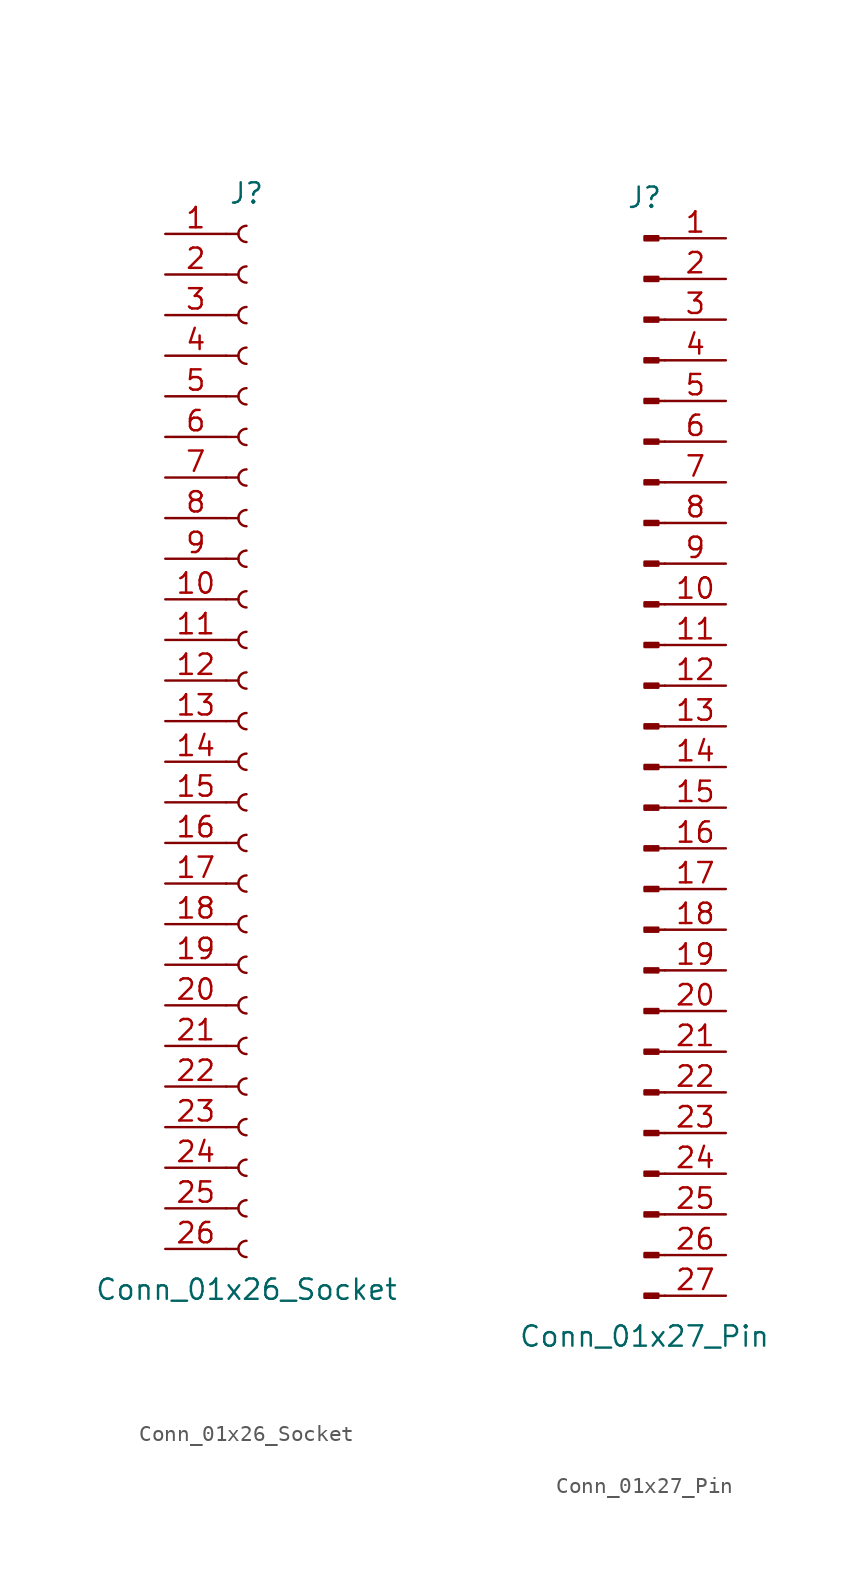
<source format=kicad_sym>
(kicad_symbol_lib
  (version 20241209)
  (generator "kicad_symbol_editor")
  (generator_version "9.0")
  (symbol "Conn_01x26_Socket"
    (pin_names
      (offset 1.016)
      (hide yes))
    (property "Reference" "J"
      (at 0 33.02 0)
      (effects (font (size 1.27 1.27))))
    (property "Value" "Conn_01x26_Socket"
      (at 0 -35.56 0)
      (effects (font (size 1.27 1.27))))
    (property "ki_locked" ""
      (at 0 0 0)
      (effects (font (size 1.27 1.27))))
    (symbol "Conn_01x26_Socket_1_1"
      (polyline (pts (xy -1.27 30.48) (xy -0.508 30.48)) (stroke (width 0.152) (type default)) (fill (type none)))
      (polyline (pts (xy -1.27 27.94) (xy -0.508 27.94)) (stroke (width 0.152) (type default)) (fill (type none)))
      (polyline (pts (xy -1.27 25.4) (xy -0.508 25.4)) (stroke (width 0.152) (type default)) (fill (type none)))
      (polyline (pts (xy -1.27 22.86) (xy -0.508 22.86)) (stroke (width 0.152) (type default)) (fill (type none)))
      (polyline (pts (xy -1.27 20.32) (xy -0.508 20.32)) (stroke (width 0.152) (type default)) (fill (type none)))
      (polyline (pts (xy -1.27 17.78) (xy -0.508 17.78)) (stroke (width 0.152) (type default)) (fill (type none)))
      (polyline (pts (xy -1.27 15.24) (xy -0.508 15.24)) (stroke (width 0.152) (type default)) (fill (type none)))
      (polyline (pts (xy -1.27 12.7) (xy -0.508 12.7)) (stroke (width 0.152) (type default)) (fill (type none)))
      (polyline (pts (xy -1.27 10.16) (xy -0.508 10.16)) (stroke (width 0.152) (type default)) (fill (type none)))
      (polyline (pts (xy -1.27 7.62) (xy -0.508 7.62)) (stroke (width 0.152) (type default)) (fill (type none)))
      (polyline (pts (xy -1.27 5.08) (xy -0.508 5.08)) (stroke (width 0.152) (type default)) (fill (type none)))
      (polyline (pts (xy -1.27 2.54) (xy -0.508 2.54)) (stroke (width 0.152) (type default)) (fill (type none)))
      (polyline (pts (xy -1.27 0) (xy -0.508 0)) (stroke (width 0.152) (type default)) (fill (type none)))
      (polyline (pts (xy -1.27 -2.54) (xy -0.508 -2.54)) (stroke (width 0.152) (type default)) (fill (type none)))
      (polyline (pts (xy -1.27 -5.08) (xy -0.508 -5.08)) (stroke (width 0.152) (type default)) (fill (type none)))
      (polyline (pts (xy -1.27 -7.62) (xy -0.508 -7.62)) (stroke (width 0.152) (type default)) (fill (type none)))
      (polyline (pts (xy -1.27 -10.16) (xy -0.508 -10.16)) (stroke (width 0.152) (type default)) (fill (type none)))
      (polyline (pts (xy -1.27 -12.7) (xy -0.508 -12.7)) (stroke (width 0.152) (type default)) (fill (type none)))
      (polyline (pts (xy -1.27 -15.24) (xy -0.508 -15.24)) (stroke (width 0.152) (type default)) (fill (type none)))
      (polyline (pts (xy -1.27 -17.78) (xy -0.508 -17.78)) (stroke (width 0.152) (type default)) (fill (type none)))
      (polyline (pts (xy -1.27 -20.32) (xy -0.508 -20.32)) (stroke (width 0.152) (type default)) (fill (type none)))
      (polyline (pts (xy -1.27 -22.86) (xy -0.508 -22.86)) (stroke (width 0.152) (type default)) (fill (type none)))
      (polyline (pts (xy -1.27 -25.4) (xy -0.508 -25.4)) (stroke (width 0.152) (type default)) (fill (type none)))
      (polyline (pts (xy -1.27 -27.94) (xy -0.508 -27.94)) (stroke (width 0.152) (type default)) (fill (type none)))
      (polyline (pts (xy -1.27 -30.48) (xy -0.508 -30.48)) (stroke (width 0.152) (type default)) (fill (type none)))
      (polyline (pts (xy -1.27 -33.02) (xy -0.508 -33.02)) (stroke (width 0.152) (type default)) (fill (type none)))
      (arc (start 0 29.972) (mid -0.5058 30.48) (end 0 30.988) (stroke (width 0.1524) (type default)) (fill (type none)))
      (arc (start 0 27.432) (mid -0.5058 27.94) (end 0 28.448) (stroke (width 0.1524) (type default)) (fill (type none)))
      (arc (start 0 24.892) (mid -0.5058 25.4) (end 0 25.908) (stroke (width 0.1524) (type default)) (fill (type none)))
      (arc (start 0 22.352) (mid -0.5058 22.86) (end 0 23.368) (stroke (width 0.1524) (type default)) (fill (type none)))
      (arc (start 0 19.812) (mid -0.5058 20.32) (end 0 20.828) (stroke (width 0.1524) (type default)) (fill (type none)))
      (arc (start 0 17.272) (mid -0.5058 17.78) (end 0 18.288) (stroke (width 0.1524) (type default)) (fill (type none)))
      (arc (start 0 14.732) (mid -0.5058 15.24) (end 0 15.748) (stroke (width 0.1524) (type default)) (fill (type none)))
      (arc (start 0 12.192) (mid -0.5058 12.7) (end 0 13.208) (stroke (width 0.1524) (type default)) (fill (type none)))
      (arc (start 0 9.652) (mid -0.5058 10.16) (end 0 10.668) (stroke (width 0.1524) (type default)) (fill (type none)))
      (arc (start 0 7.112) (mid -0.5058 7.62) (end 0 8.128) (stroke (width 0.1524) (type default)) (fill (type none)))
      (arc (start 0 4.572) (mid -0.5058 5.08) (end 0 5.588) (stroke (width 0.1524) (type default)) (fill (type none)))
      (arc (start 0 2.032) (mid -0.5058 2.54) (end 0 3.048) (stroke (width 0.1524) (type default)) (fill (type none)))
      (arc (start 0 -0.508) (mid -0.5058 0) (end 0 0.508) (stroke (width 0.1524) (type default)) (fill (type none)))
      (arc (start 0 -3.048) (mid -0.5058 -2.54) (end 0 -2.032) (stroke (width 0.1524) (type default)) (fill (type none)))
      (arc (start 0 -5.588) (mid -0.5058 -5.08) (end 0 -4.572) (stroke (width 0.1524) (type default)) (fill (type none)))
      (arc (start 0 -8.128) (mid -0.5058 -7.62) (end 0 -7.112) (stroke (width 0.1524) (type default)) (fill (type none)))
      (arc (start 0 -10.668) (mid -0.5058 -10.16) (end 0 -9.652) (stroke (width 0.1524) (type default)) (fill (type none)))
      (arc (start 0 -13.208) (mid -0.5058 -12.7) (end 0 -12.192) (stroke (width 0.1524) (type default)) (fill (type none)))
      (arc (start 0 -15.748) (mid -0.5058 -15.24) (end 0 -14.732) (stroke (width 0.1524) (type default)) (fill (type none)))
      (arc (start 0 -18.288) (mid -0.5058 -17.78) (end 0 -17.272) (stroke (width 0.1524) (type default)) (fill (type none)))
      (arc (start 0 -20.828) (mid -0.5058 -20.32) (end 0 -19.812) (stroke (width 0.1524) (type default)) (fill (type none)))
      (arc (start 0 -23.368) (mid -0.5058 -22.86) (end 0 -22.352) (stroke (width 0.1524) (type default)) (fill (type none)))
      (arc (start 0 -25.908) (mid -0.5058 -25.4) (end 0 -24.892) (stroke (width 0.1524) (type default)) (fill (type none)))
      (arc (start 0 -28.448) (mid -0.5058 -27.94) (end 0 -27.432) (stroke (width 0.1524) (type default)) (fill (type none)))
      (arc (start 0 -30.988) (mid -0.5058 -30.48) (end 0 -29.972) (stroke (width 0.1524) (type default)) (fill (type none)))
      (arc (start 0 -33.528) (mid -0.5058 -33.02) (end 0 -32.512) (stroke (width 0.1524) (type default)) (fill (type none)))
      (pin passive line (at -5.08 30.48 0) (length 3.81) (name "Pin_1" (effects (font (size 1.27 1.27)))) (number "1" (effects (font (size 1.27 1.27)))))
      (pin passive line (at -5.08 27.94 0) (length 3.81) (name "Pin_2" (effects (font (size 1.27 1.27)))) (number "2" (effects (font (size 1.27 1.27)))))
      (pin passive line (at -5.08 25.4 0) (length 3.81) (name "Pin_3" (effects (font (size 1.27 1.27)))) (number "3" (effects (font (size 1.27 1.27)))))
      (pin passive line (at -5.08 22.86 0) (length 3.81) (name "Pin_4" (effects (font (size 1.27 1.27)))) (number "4" (effects (font (size 1.27 1.27)))))
      (pin passive line (at -5.08 20.32 0) (length 3.81) (name "Pin_5" (effects (font (size 1.27 1.27)))) (number "5" (effects (font (size 1.27 1.27)))))
      (pin passive line (at -5.08 17.78 0) (length 3.81) (name "Pin_6" (effects (font (size 1.27 1.27)))) (number "6" (effects (font (size 1.27 1.27)))))
      (pin passive line (at -5.08 15.24 0) (length 3.81) (name "Pin_7" (effects (font (size 1.27 1.27)))) (number "7" (effects (font (size 1.27 1.27)))))
      (pin passive line (at -5.08 12.7 0) (length 3.81) (name "Pin_8" (effects (font (size 1.27 1.27)))) (number "8" (effects (font (size 1.27 1.27)))))
      (pin passive line (at -5.08 10.16 0) (length 3.81) (name "Pin_9" (effects (font (size 1.27 1.27)))) (number "9" (effects (font (size 1.27 1.27)))))
      (pin passive line (at -5.08 7.62 0) (length 3.81) (name "Pin_10" (effects (font (size 1.27 1.27)))) (number "10" (effects (font (size 1.27 1.27)))))
      (pin passive line (at -5.08 5.08 0) (length 3.81) (name "Pin_11" (effects (font (size 1.27 1.27)))) (number "11" (effects (font (size 1.27 1.27)))))
      (pin passive line (at -5.08 2.54 0) (length 3.81) (name "Pin_12" (effects (font (size 1.27 1.27)))) (number "12" (effects (font (size 1.27 1.27)))))
      (pin passive line (at -5.08 0 0) (length 3.81) (name "Pin_13" (effects (font (size 1.27 1.27)))) (number "13" (effects (font (size 1.27 1.27)))))
      (pin passive line (at -5.08 -2.54 0) (length 3.81) (name "Pin_14" (effects (font (size 1.27 1.27)))) (number "14" (effects (font (size 1.27 1.27)))))
      (pin passive line (at -5.08 -5.08 0) (length 3.81) (name "Pin_15" (effects (font (size 1.27 1.27)))) (number "15" (effects (font (size 1.27 1.27)))))
      (pin passive line (at -5.08 -7.62 0) (length 3.81) (name "Pin_16" (effects (font (size 1.27 1.27)))) (number "16" (effects (font (size 1.27 1.27)))))
      (pin passive line (at -5.08 -10.16 0) (length 3.81) (name "Pin_17" (effects (font (size 1.27 1.27)))) (number "17" (effects (font (size 1.27 1.27)))))
      (pin passive line (at -5.08 -12.7 0) (length 3.81) (name "Pin_18" (effects (font (size 1.27 1.27)))) (number "18" (effects (font (size 1.27 1.27)))))
      (pin passive line (at -5.08 -15.24 0) (length 3.81) (name "Pin_19" (effects (font (size 1.27 1.27)))) (number "19" (effects (font (size 1.27 1.27)))))
      (pin passive line (at -5.08 -17.78 0) (length 3.81) (name "Pin_20" (effects (font (size 1.27 1.27)))) (number "20" (effects (font (size 1.27 1.27)))))
      (pin passive line (at -5.08 -20.32 0) (length 3.81) (name "Pin_21" (effects (font (size 1.27 1.27)))) (number "21" (effects (font (size 1.27 1.27)))))
      (pin passive line (at -5.08 -22.86 0) (length 3.81) (name "Pin_22" (effects (font (size 1.27 1.27)))) (number "22" (effects (font (size 1.27 1.27)))))
      (pin passive line (at -5.08 -25.4 0) (length 3.81) (name "Pin_23" (effects (font (size 1.27 1.27)))) (number "23" (effects (font (size 1.27 1.27)))))
      (pin passive line (at -5.08 -27.94 0) (length 3.81) (name "Pin_24" (effects (font (size 1.27 1.27)))) (number "24" (effects (font (size 1.27 1.27)))))
      (pin passive line (at -5.08 -30.48 0) (length 3.81) (name "Pin_25" (effects (font (size 1.27 1.27)))) (number "25" (effects (font (size 1.27 1.27)))))
      (pin passive line (at -5.08 -33.02 0) (length 3.81) (name "Pin_26" (effects (font (size 1.27 1.27)))) (number "26" (effects (font (size 1.27 1.27)))))))
  (symbol "Conn_01x27_Pin"
    (pin_names
      (offset 1.016)
      (hide yes))
    (property "Reference" "J"
      (at 0 35.56 0)
      (effects (font (size 1.27 1.27))))
    (property "Value" "Conn_01x27_Pin"
      (at 0 -35.56 0)
      (effects (font (size 1.27 1.27))))
    (property "ki_locked" ""
      (at 0 0 0)
      (effects (font (size 1.27 1.27))))
    (symbol "Conn_01x27_Pin_1_1"
      (rectangle (start 0.864 33.147) (end 0 32.893) (stroke (width 0.152) (type default)) (fill (type outline)))
      (rectangle (start 0.864 30.607) (end 0 30.353) (stroke (width 0.152) (type default)) (fill (type outline)))
      (rectangle (start 0.864 28.067) (end 0 27.813) (stroke (width 0.152) (type default)) (fill (type outline)))
      (rectangle (start 0.864 25.527) (end 0 25.273) (stroke (width 0.152) (type default)) (fill (type outline)))
      (rectangle (start 0.864 22.987) (end 0 22.733) (stroke (width 0.152) (type default)) (fill (type outline)))
      (rectangle (start 0.864 20.447) (end 0 20.193) (stroke (width 0.152) (type default)) (fill (type outline)))
      (rectangle (start 0.864 17.907) (end 0 17.653) (stroke (width 0.152) (type default)) (fill (type outline)))
      (rectangle (start 0.864 15.367) (end 0 15.113) (stroke (width 0.152) (type default)) (fill (type outline)))
      (rectangle (start 0.864 12.827) (end 0 12.573) (stroke (width 0.152) (type default)) (fill (type outline)))
      (rectangle (start 0.864 10.287) (end 0 10.033) (stroke (width 0.152) (type default)) (fill (type outline)))
      (rectangle (start 0.864 7.747) (end 0 7.493) (stroke (width 0.152) (type default)) (fill (type outline)))
      (rectangle (start 0.864 5.207) (end 0 4.953) (stroke (width 0.152) (type default)) (fill (type outline)))
      (rectangle (start 0.864 2.667) (end 0 2.413) (stroke (width 0.152) (type default)) (fill (type outline)))
      (rectangle (start 0.864 0.127) (end 0 -0.127) (stroke (width 0.152) (type default)) (fill (type outline)))
      (rectangle (start 0.864 -2.413) (end 0 -2.667) (stroke (width 0.152) (type default)) (fill (type outline)))
      (rectangle (start 0.864 -4.953) (end 0 -5.207) (stroke (width 0.152) (type default)) (fill (type outline)))
      (rectangle (start 0.864 -7.493) (end 0 -7.747) (stroke (width 0.152) (type default)) (fill (type outline)))
      (rectangle (start 0.864 -10.033) (end 0 -10.287) (stroke (width 0.152) (type default)) (fill (type outline)))
      (rectangle (start 0.864 -12.573) (end 0 -12.827) (stroke (width 0.152) (type default)) (fill (type outline)))
      (rectangle (start 0.864 -15.113) (end 0 -15.367) (stroke (width 0.152) (type default)) (fill (type outline)))
      (rectangle (start 0.864 -17.653) (end 0 -17.907) (stroke (width 0.152) (type default)) (fill (type outline)))
      (rectangle (start 0.864 -20.193) (end 0 -20.447) (stroke (width 0.152) (type default)) (fill (type outline)))
      (rectangle (start 0.864 -22.733) (end 0 -22.987) (stroke (width 0.152) (type default)) (fill (type outline)))
      (rectangle (start 0.864 -25.273) (end 0 -25.527) (stroke (width 0.152) (type default)) (fill (type outline)))
      (rectangle (start 0.864 -27.813) (end 0 -28.067) (stroke (width 0.152) (type default)) (fill (type outline)))
      (rectangle (start 0.864 -30.353) (end 0 -30.607) (stroke (width 0.152) (type default)) (fill (type outline)))
      (rectangle (start 0.864 -32.893) (end 0 -33.147) (stroke (width 0.152) (type default)) (fill (type outline)))
      (polyline (pts (xy 1.27 33.02) (xy 0.864 33.02)) (stroke (width 0.152) (type default)) (fill (type none)))
      (polyline (pts (xy 1.27 30.48) (xy 0.864 30.48)) (stroke (width 0.152) (type default)) (fill (type none)))
      (polyline (pts (xy 1.27 27.94) (xy 0.864 27.94)) (stroke (width 0.152) (type default)) (fill (type none)))
      (polyline (pts (xy 1.27 25.4) (xy 0.864 25.4)) (stroke (width 0.152) (type default)) (fill (type none)))
      (polyline (pts (xy 1.27 22.86) (xy 0.864 22.86)) (stroke (width 0.152) (type default)) (fill (type none)))
      (polyline (pts (xy 1.27 20.32) (xy 0.864 20.32)) (stroke (width 0.152) (type default)) (fill (type none)))
      (polyline (pts (xy 1.27 17.78) (xy 0.864 17.78)) (stroke (width 0.152) (type default)) (fill (type none)))
      (polyline (pts (xy 1.27 15.24) (xy 0.864 15.24)) (stroke (width 0.152) (type default)) (fill (type none)))
      (polyline (pts (xy 1.27 12.7) (xy 0.864 12.7)) (stroke (width 0.152) (type default)) (fill (type none)))
      (polyline (pts (xy 1.27 10.16) (xy 0.864 10.16)) (stroke (width 0.152) (type default)) (fill (type none)))
      (polyline (pts (xy 1.27 7.62) (xy 0.864 7.62)) (stroke (width 0.152) (type default)) (fill (type none)))
      (polyline (pts (xy 1.27 5.08) (xy 0.864 5.08)) (stroke (width 0.152) (type default)) (fill (type none)))
      (polyline (pts (xy 1.27 2.54) (xy 0.864 2.54)) (stroke (width 0.152) (type default)) (fill (type none)))
      (polyline (pts (xy 1.27 0) (xy 0.864 0)) (stroke (width 0.152) (type default)) (fill (type none)))
      (polyline (pts (xy 1.27 -2.54) (xy 0.864 -2.54)) (stroke (width 0.152) (type default)) (fill (type none)))
      (polyline (pts (xy 1.27 -5.08) (xy 0.864 -5.08)) (stroke (width 0.152) (type default)) (fill (type none)))
      (polyline (pts (xy 1.27 -7.62) (xy 0.864 -7.62)) (stroke (width 0.152) (type default)) (fill (type none)))
      (polyline (pts (xy 1.27 -10.16) (xy 0.864 -10.16)) (stroke (width 0.152) (type default)) (fill (type none)))
      (polyline (pts (xy 1.27 -12.7) (xy 0.864 -12.7)) (stroke (width 0.152) (type default)) (fill (type none)))
      (polyline (pts (xy 1.27 -15.24) (xy 0.864 -15.24)) (stroke (width 0.152) (type default)) (fill (type none)))
      (polyline (pts (xy 1.27 -17.78) (xy 0.864 -17.78)) (stroke (width 0.152) (type default)) (fill (type none)))
      (polyline (pts (xy 1.27 -20.32) (xy 0.864 -20.32)) (stroke (width 0.152) (type default)) (fill (type none)))
      (polyline (pts (xy 1.27 -22.86) (xy 0.864 -22.86)) (stroke (width 0.152) (type default)) (fill (type none)))
      (polyline (pts (xy 1.27 -25.4) (xy 0.864 -25.4)) (stroke (width 0.152) (type default)) (fill (type none)))
      (polyline (pts (xy 1.27 -27.94) (xy 0.864 -27.94)) (stroke (width 0.152) (type default)) (fill (type none)))
      (polyline (pts (xy 1.27 -30.48) (xy 0.864 -30.48)) (stroke (width 0.152) (type default)) (fill (type none)))
      (polyline (pts (xy 1.27 -33.02) (xy 0.864 -33.02)) (stroke (width 0.152) (type default)) (fill (type none)))
      (pin passive line (at 5.08 33.02 180) (length 3.81) (name "Pin_1" (effects (font (size 1.27 1.27)))) (number "1" (effects (font (size 1.27 1.27)))))
      (pin passive line (at 5.08 30.48 180) (length 3.81) (name "Pin_2" (effects (font (size 1.27 1.27)))) (number "2" (effects (font (size 1.27 1.27)))))
      (pin passive line (at 5.08 27.94 180) (length 3.81) (name "Pin_3" (effects (font (size 1.27 1.27)))) (number "3" (effects (font (size 1.27 1.27)))))
      (pin passive line (at 5.08 25.4 180) (length 3.81) (name "Pin_4" (effects (font (size 1.27 1.27)))) (number "4" (effects (font (size 1.27 1.27)))))
      (pin passive line (at 5.08 22.86 180) (length 3.81) (name "Pin_5" (effects (font (size 1.27 1.27)))) (number "5" (effects (font (size 1.27 1.27)))))
      (pin passive line (at 5.08 20.32 180) (length 3.81) (name "Pin_6" (effects (font (size 1.27 1.27)))) (number "6" (effects (font (size 1.27 1.27)))))
      (pin passive line (at 5.08 17.78 180) (length 3.81) (name "Pin_7" (effects (font (size 1.27 1.27)))) (number "7" (effects (font (size 1.27 1.27)))))
      (pin passive line (at 5.08 15.24 180) (length 3.81) (name "Pin_8" (effects (font (size 1.27 1.27)))) (number "8" (effects (font (size 1.27 1.27)))))
      (pin passive line (at 5.08 12.7 180) (length 3.81) (name "Pin_9" (effects (font (size 1.27 1.27)))) (number "9" (effects (font (size 1.27 1.27)))))
      (pin passive line (at 5.08 10.16 180) (length 3.81) (name "Pin_10" (effects (font (size 1.27 1.27)))) (number "10" (effects (font (size 1.27 1.27)))))
      (pin passive line (at 5.08 7.62 180) (length 3.81) (name "Pin_11" (effects (font (size 1.27 1.27)))) (number "11" (effects (font (size 1.27 1.27)))))
      (pin passive line (at 5.08 5.08 180) (length 3.81) (name "Pin_12" (effects (font (size 1.27 1.27)))) (number "12" (effects (font (size 1.27 1.27)))))
      (pin passive line (at 5.08 2.54 180) (length 3.81) (name "Pin_13" (effects (font (size 1.27 1.27)))) (number "13" (effects (font (size 1.27 1.27)))))
      (pin passive line (at 5.08 0 180) (length 3.81) (name "Pin_14" (effects (font (size 1.27 1.27)))) (number "14" (effects (font (size 1.27 1.27)))))
      (pin passive line (at 5.08 -2.54 180) (length 3.81) (name "Pin_15" (effects (font (size 1.27 1.27)))) (number "15" (effects (font (size 1.27 1.27)))))
      (pin passive line (at 5.08 -5.08 180) (length 3.81) (name "Pin_16" (effects (font (size 1.27 1.27)))) (number "16" (effects (font (size 1.27 1.27)))))
      (pin passive line (at 5.08 -7.62 180) (length 3.81) (name "Pin_17" (effects (font (size 1.27 1.27)))) (number "17" (effects (font (size 1.27 1.27)))))
      (pin passive line (at 5.08 -10.16 180) (length 3.81) (name "Pin_18" (effects (font (size 1.27 1.27)))) (number "18" (effects (font (size 1.27 1.27)))))
      (pin passive line (at 5.08 -12.7 180) (length 3.81) (name "Pin_19" (effects (font (size 1.27 1.27)))) (number "19" (effects (font (size 1.27 1.27)))))
      (pin passive line (at 5.08 -15.24 180) (length 3.81) (name "Pin_20" (effects (font (size 1.27 1.27)))) (number "20" (effects (font (size 1.27 1.27)))))
      (pin passive line (at 5.08 -17.78 180) (length 3.81) (name "Pin_21" (effects (font (size 1.27 1.27)))) (number "21" (effects (font (size 1.27 1.27)))))
      (pin passive line (at 5.08 -20.32 180) (length 3.81) (name "Pin_22" (effects (font (size 1.27 1.27)))) (number "22" (effects (font (size 1.27 1.27)))))
      (pin passive line (at 5.08 -22.86 180) (length 3.81) (name "Pin_23" (effects (font (size 1.27 1.27)))) (number "23" (effects (font (size 1.27 1.27)))))
      (pin passive line (at 5.08 -25.4 180) (length 3.81) (name "Pin_24" (effects (font (size 1.27 1.27)))) (number "24" (effects (font (size 1.27 1.27)))))
      (pin passive line (at 5.08 -27.94 180) (length 3.81) (name "Pin_25" (effects (font (size 1.27 1.27)))) (number "25" (effects (font (size 1.27 1.27)))))
      (pin passive line (at 5.08 -30.48 180) (length 3.81) (name "Pin_26" (effects (font (size 1.27 1.27)))) (number "26" (effects (font (size 1.27 1.27)))))
      (pin passive line (at 5.08 -33.02 180) (length 3.81) (name "Pin_27" (effects (font (size 1.27 1.27)))) (number "27" (effects (font (size 1.27 1.27))))))))
</source>
